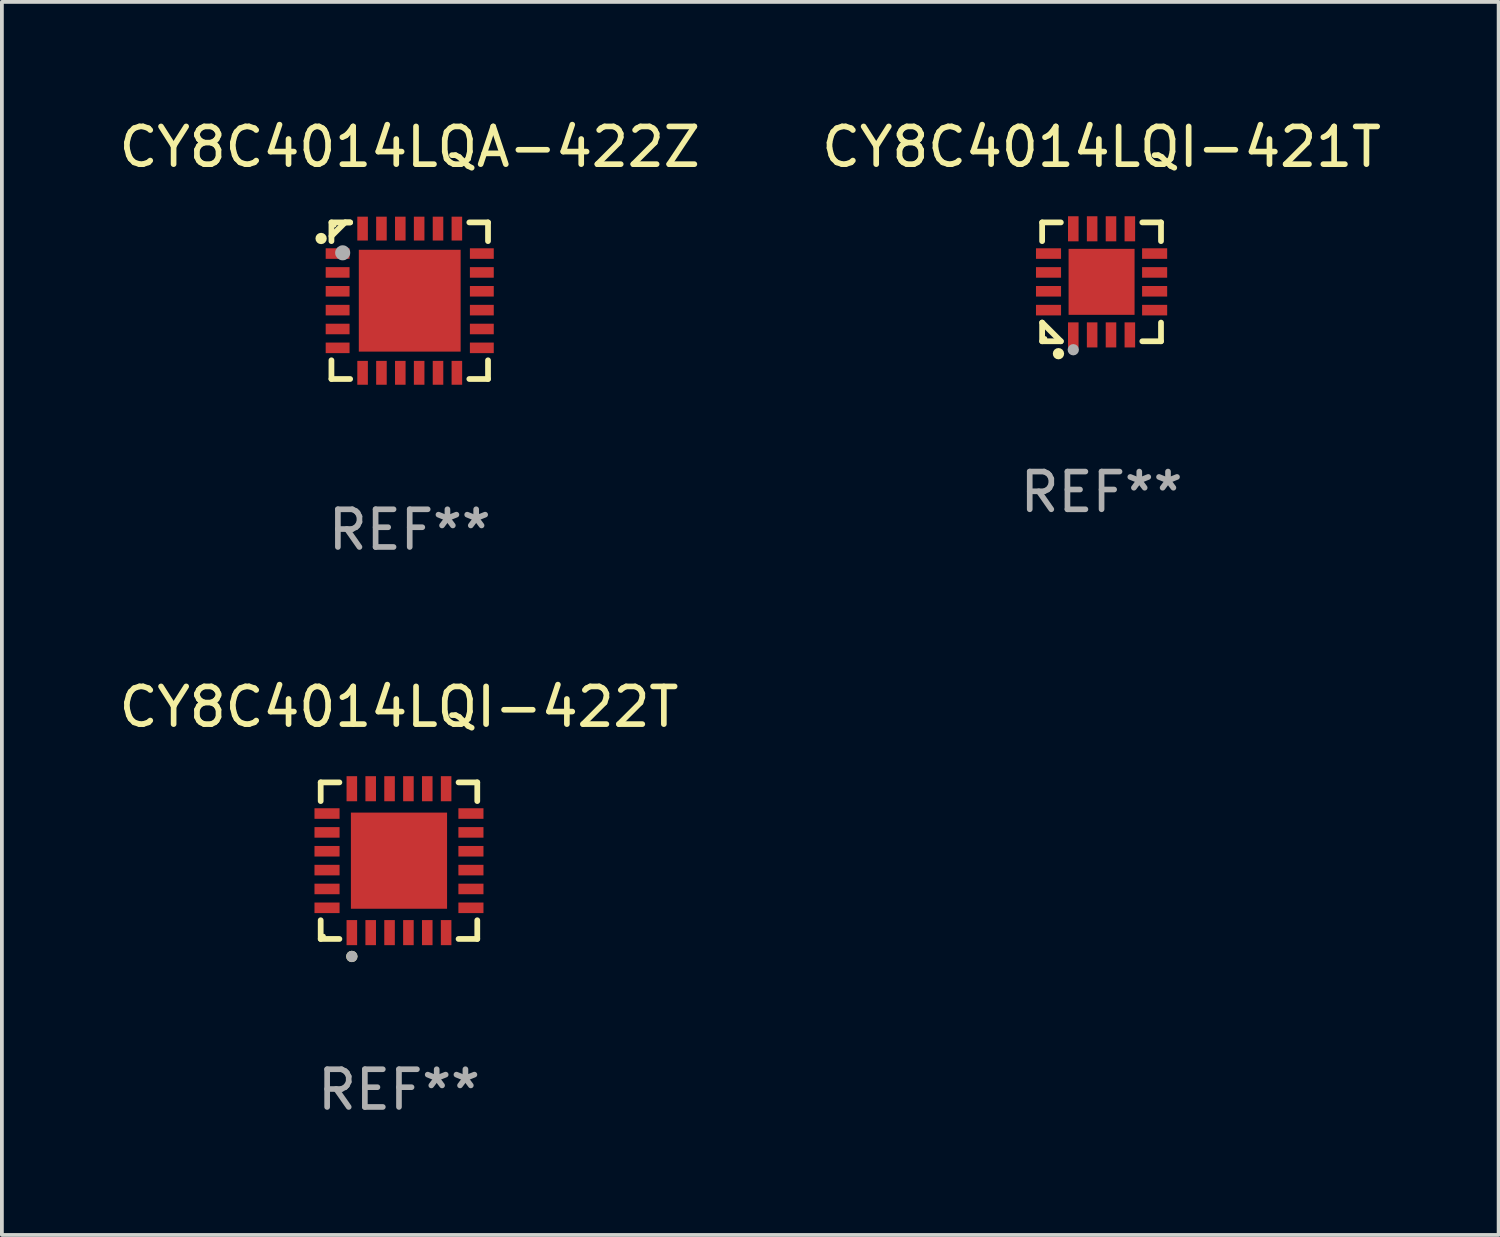
<source format=kicad_pcb>
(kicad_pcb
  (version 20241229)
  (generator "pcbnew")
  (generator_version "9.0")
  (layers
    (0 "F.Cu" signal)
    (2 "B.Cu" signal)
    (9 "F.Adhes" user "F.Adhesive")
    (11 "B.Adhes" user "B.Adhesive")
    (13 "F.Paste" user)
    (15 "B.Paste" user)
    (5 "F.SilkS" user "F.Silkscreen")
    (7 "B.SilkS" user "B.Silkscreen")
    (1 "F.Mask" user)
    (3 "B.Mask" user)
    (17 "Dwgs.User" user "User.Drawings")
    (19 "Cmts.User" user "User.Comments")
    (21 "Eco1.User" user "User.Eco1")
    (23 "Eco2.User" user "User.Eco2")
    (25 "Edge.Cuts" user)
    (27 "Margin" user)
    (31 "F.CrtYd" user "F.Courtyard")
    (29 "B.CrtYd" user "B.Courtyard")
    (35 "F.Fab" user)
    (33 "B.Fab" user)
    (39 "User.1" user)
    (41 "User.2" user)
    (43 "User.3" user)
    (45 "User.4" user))
  (footprint "CY8C4014LQI-421T"
    (layer "F.Cu")
    (at 26.161 4.424)
    (property "Reference" "CY8C4014LQI-421T" (at 0 -3.576 0) (layer "F.SilkS") (effects (font (size 1 1) (thickness 0.15))))
    (attr through_hole)
    (fp_line (start -1.576 -1.576) (end -1.08 -1.576) (stroke (width 0.152) (type solid)) (layer "F.SilkS"))
    (fp_line (start -1.576 -1.08) (end -1.576 -1.576) (stroke (width 0.152) (type solid)) (layer "F.SilkS"))
    (fp_line (start -1.576 1.08) (end -1.576 1.576) (stroke (width 0.152) (type solid)) (layer "F.SilkS"))
    (fp_line (start -1.576 1.576) (end -1.08 1.576) (stroke (width 0.152) (type solid)) (layer "F.SilkS"))
    (fp_line (start -1.08 1.576) (end -1.576 1.08) (stroke (width 0.152) (type solid)) (layer "F.SilkS"))
    (fp_line (start 1.576 -1.576) (end 1.08 -1.576) (stroke (width 0.152) (type solid)) (layer "F.SilkS"))
    (fp_line (start 1.576 -1.08) (end 1.576 -1.576) (stroke (width 0.152) (type solid)) (layer "F.SilkS"))
    (fp_line (start 1.576 1.08) (end 1.576 1.576) (stroke (width 0.152) (type solid)) (layer "F.SilkS"))
    (fp_line (start 1.576 1.576) (end 1.08 1.576) (stroke (width 0.152) (type solid)) (layer "F.SilkS"))
    (fp_circle (center -1.5 1.5) (end -1.47 1.5) (stroke (width 0.06) (type solid)) (fill no) (layer "F.SilkS"))
    (fp_circle (center -1.143 1.905) (end -1.068 1.905) (stroke (width 0.15) (type solid)) (fill no) (layer "F.SilkS"))
    (fp_circle (center -0.75 1.8) (end -0.675 1.8) (stroke (width 0.15) (type solid)) (fill no) (layer "F.Fab"))
    (fp_text user "REF**" (at 0 5.576 0) (layer "F.Fab") (effects (font (size 1 1) (thickness 0.15))))
    (pad "1" smd rect (at -0.75 1.407) (size 0.28 0.665) (layers "F.Cu" "F.Mask" "F.Paste"))
    (pad "2" smd rect (at -0.25 1.407) (size 0.28 0.665) (layers "F.Cu" "F.Mask" "F.Paste"))
    (pad "3" smd rect (at 0.25 1.407) (size 0.28 0.665) (layers "F.Cu" "F.Mask" "F.Paste"))
    (pad "4" smd rect (at 0.75 1.407) (size 0.28 0.665) (layers "F.Cu" "F.Mask" "F.Paste"))
    (pad "5" smd rect (at 1.407 0.75) (size 0.665 0.28) (layers "F.Cu" "F.Mask" "F.Paste"))
    (pad "6" smd rect (at 1.407 0.25) (size 0.665 0.28) (layers "F.Cu" "F.Mask" "F.Paste"))
    (pad "7" smd rect (at 1.407 -0.25) (size 0.665 0.28) (layers "F.Cu" "F.Mask" "F.Paste"))
    (pad "8" smd rect (at 1.407 -0.75) (size 0.665 0.28) (layers "F.Cu" "F.Mask" "F.Paste"))
    (pad "9" smd rect (at 0.75 -1.407) (size 0.28 0.665) (layers "F.Cu" "F.Mask" "F.Paste"))
    (pad "10" smd rect (at 0.25 -1.407) (size 0.28 0.665) (layers "F.Cu" "F.Mask" "F.Paste"))
    (pad "11" smd rect (at -0.25 -1.407) (size 0.28 0.665) (layers "F.Cu" "F.Mask" "F.Paste"))
    (pad "12" smd rect (at -0.75 -1.407) (size 0.28 0.665) (layers "F.Cu" "F.Mask" "F.Paste"))
    (pad "13" smd rect (at -1.407 -0.75) (size 0.665 0.28) (layers "F.Cu" "F.Mask" "F.Paste"))
    (pad "14" smd rect (at -1.407 -0.25) (size 0.665 0.28) (layers "F.Cu" "F.Mask" "F.Paste"))
    (pad "15" smd rect (at -1.407 0.25) (size 0.665 0.28) (layers "F.Cu" "F.Mask" "F.Paste"))
    (pad "16" smd rect (at -1.407 0.75) (size 0.665 0.28) (layers "F.Cu" "F.Mask" "F.Paste"))
    (pad "17" smd rect (at 0 0) (size 1.75 1.75) (layers "F.Cu" "F.Mask" "F.Paste")))
  (footprint "CY8C4014LQA-422Z"
    (layer "F.Cu")
    (at 7.815 4.924)
    (property "Reference" "CY8C4014LQA-422Z" (at 0 -4.076 0) (layer "F.SilkS") (effects (font (size 1 1) (thickness 0.15))))
    (attr through_hole)
    (fp_line (start -2.076 -2.076) (end -2.076 -1.58) (stroke (width 0.152) (type solid)) (layer "F.SilkS"))
    (fp_line (start -2.076 2.076) (end -2.076 1.58) (stroke (width 0.152) (type solid)) (layer "F.SilkS"))
    (fp_line (start -1.713 -2.076) (end -2.076 -1.713) (stroke (width 0.152) (type solid)) (layer "F.SilkS"))
    (fp_line (start -1.58 -2.076) (end -2.076 -2.076) (stroke (width 0.152) (type solid)) (layer "F.SilkS"))
    (fp_line (start -1.58 -2.076) (end -1.713 -2.076) (stroke (width 0.152) (type solid)) (layer "F.SilkS"))
    (fp_line (start -1.58 2.076) (end -2.076 2.076) (stroke (width 0.152) (type solid)) (layer "F.SilkS"))
    (fp_line (start 1.58 -2.076) (end 2.076 -2.076) (stroke (width 0.152) (type solid)) (layer "F.SilkS"))
    (fp_line (start 1.58 2.076) (end 2.076 2.076) (stroke (width 0.152) (type solid)) (layer "F.SilkS"))
    (fp_line (start 2.076 -2.076) (end 2.076 -1.58) (stroke (width 0.152) (type solid)) (layer "F.SilkS"))
    (fp_line (start 2.076 2.076) (end 2.076 1.58) (stroke (width 0.152) (type solid)) (layer "F.SilkS"))
    (fp_circle (center -2.35 -1.65) (end -2.275 -1.65) (stroke (width 0.15) (type solid)) (fill no) (layer "F.SilkS"))
    (fp_circle (center -2 -2) (end -1.97 -2) (stroke (width 0.06) (type solid)) (fill no) (layer "F.SilkS"))
    (fp_circle (center -1.778 -1.27) (end -1.678 -1.27) (stroke (width 0.2) (type solid)) (fill no) (layer "F.Fab"))
    (fp_text user "REF**" (at 0 6.076 0) (layer "F.Fab") (effects (font (size 1 1) (thickness 0.15))))
    (pad "1" smd rect (at -1.912 -1.25) (size 0.633 0.28) (layers "F.Cu" "F.Mask" "F.Paste"))
    (pad "2" smd rect (at -1.912 -0.75) (size 0.633 0.28) (layers "F.Cu" "F.Mask" "F.Paste"))
    (pad "3" smd rect (at -1.912 -0.25) (size 0.633 0.28) (layers "F.Cu" "F.Mask" "F.Paste"))
    (pad "4" smd rect (at -1.912 0.25) (size 0.633 0.28) (layers "F.Cu" "F.Mask" "F.Paste"))
    (pad "5" smd rect (at -1.912 0.75) (size 0.633 0.28) (layers "F.Cu" "F.Mask" "F.Paste"))
    (pad "6" smd rect (at -1.912 1.25) (size 0.633 0.28) (layers "F.Cu" "F.Mask" "F.Paste"))
    (pad "7" smd rect (at -1.25 1.912) (size 0.28 0.633) (layers "F.Cu" "F.Mask" "F.Paste"))
    (pad "8" smd rect (at -0.75 1.912) (size 0.28 0.633) (layers "F.Cu" "F.Mask" "F.Paste"))
    (pad "9" smd rect (at -0.25 1.912) (size 0.28 0.633) (layers "F.Cu" "F.Mask" "F.Paste"))
    (pad "10" smd rect (at 0.25 1.912) (size 0.28 0.633) (layers "F.Cu" "F.Mask" "F.Paste"))
    (pad "11" smd rect (at 0.75 1.912) (size 0.28 0.633) (layers "F.Cu" "F.Mask" "F.Paste"))
    (pad "12" smd rect (at 1.25 1.912) (size 0.28 0.633) (layers "F.Cu" "F.Mask" "F.Paste"))
    (pad "13" smd rect (at 1.912 1.25) (size 0.633 0.28) (layers "F.Cu" "F.Mask" "F.Paste"))
    (pad "14" smd rect (at 1.912 0.75) (size 0.633 0.28) (layers "F.Cu" "F.Mask" "F.Paste"))
    (pad "15" smd rect (at 1.912 0.25) (size 0.633 0.28) (layers "F.Cu" "F.Mask" "F.Paste"))
    (pad "16" smd rect (at 1.912 -0.25) (size 0.633 0.28) (layers "F.Cu" "F.Mask" "F.Paste"))
    (pad "17" smd rect (at 1.912 -0.75) (size 0.633 0.28) (layers "F.Cu" "F.Mask" "F.Paste"))
    (pad "18" smd rect (at 1.912 -1.25) (size 0.633 0.28) (layers "F.Cu" "F.Mask" "F.Paste"))
    (pad "19" smd rect (at 1.25 -1.912) (size 0.28 0.633) (layers "F.Cu" "F.Mask" "F.Paste"))
    (pad "20" smd rect (at 0.75 -1.912) (size 0.28 0.633) (layers "F.Cu" "F.Mask" "F.Paste"))
    (pad "21" smd rect (at 0.25 -1.912) (size 0.28 0.633) (layers "F.Cu" "F.Mask" "F.Paste"))
    (pad "22" smd rect (at -0.25 -1.912) (size 0.28 0.633) (layers "F.Cu" "F.Mask" "F.Paste"))
    (pad "23" smd rect (at -0.75 -1.912) (size 0.28 0.633) (layers "F.Cu" "F.Mask" "F.Paste"))
    (pad "24" smd rect (at -1.25 -1.912) (size 0.28 0.633) (layers "F.Cu" "F.Mask" "F.Paste"))
    (pad "25" smd rect (at 0 0) (size 2.7 2.7) (layers "F.Cu" "F.Mask" "F.Paste")))
  (footprint "CY8C4014LQI-422T"
    (layer "F.Cu")
    (at 7.53 19.773)
    (property "Reference" "CY8C4014LQI-422T" (at 0 -4.076 0) (layer "F.SilkS") (effects (font (size 1 1) (thickness 0.15))))
    (attr through_hole)
    (fp_line (start -2.076 -2.076) (end -1.58 -2.076) (stroke (width 0.152) (type solid)) (layer "F.SilkS"))
    (fp_line (start -2.076 -1.58) (end -2.076 -2.076) (stroke (width 0.152) (type solid)) (layer "F.SilkS"))
    (fp_line (start -2.076 1.58) (end -2.076 2.076) (stroke (width 0.152) (type solid)) (layer "F.SilkS"))
    (fp_line (start -2.076 2.076) (end -1.58 2.076) (stroke (width 0.152) (type solid)) (layer "F.SilkS"))
    (fp_line (start 2.076 -2.076) (end 1.58 -2.076) (stroke (width 0.152) (type solid)) (layer "F.SilkS"))
    (fp_line (start 2.076 -1.58) (end 2.076 -2.076) (stroke (width 0.152) (type solid)) (layer "F.SilkS"))
    (fp_line (start 2.076 1.58) (end 2.076 2.076) (stroke (width 0.152) (type solid)) (layer "F.SilkS"))
    (fp_line (start 2.076 2.076) (end 1.58 2.076) (stroke (width 0.152) (type solid)) (layer "F.SilkS"))
    (fp_circle (center -2 2) (end -1.97 2) (stroke (width 0.06) (type solid)) (fill no) (layer "F.SilkS"))
    (fp_circle (center -1.25 2.54) (end -1.175 2.54) (stroke (width 0.15) (type solid)) (fill no) (layer "F.SilkS"))
    (fp_circle (center -1.25 2.54) (end -1.175 2.54) (stroke (width 0.15) (type solid)) (fill no) (layer "F.Fab"))
    (fp_text user "REF**" (at 0 6.076 0) (layer "F.Fab") (effects (font (size 1 1) (thickness 0.15))))
    (pad "1" smd rect (at -1.25 1.908) (size 0.28 0.665) (layers "F.Cu" "F.Mask" "F.Paste"))
    (pad "2" smd rect (at -0.75 1.908) (size 0.28 0.665) (layers "F.Cu" "F.Mask" "F.Paste"))
    (pad "3" smd rect (at -0.25 1.908) (size 0.28 0.665) (layers "F.Cu" "F.Mask" "F.Paste"))
    (pad "4" smd rect (at 0.25 1.908) (size 0.28 0.665) (layers "F.Cu" "F.Mask" "F.Paste"))
    (pad "5" smd rect (at 0.75 1.908) (size 0.28 0.665) (layers "F.Cu" "F.Mask" "F.Paste"))
    (pad "6" smd rect (at 1.25 1.908) (size 0.28 0.665) (layers "F.Cu" "F.Mask" "F.Paste"))
    (pad "7" smd rect (at 1.908 1.25) (size 0.665 0.28) (layers "F.Cu" "F.Mask" "F.Paste"))
    (pad "8" smd rect (at 1.908 0.75) (size 0.665 0.28) (layers "F.Cu" "F.Mask" "F.Paste"))
    (pad "9" smd rect (at 1.908 0.25) (size 0.665 0.28) (layers "F.Cu" "F.Mask" "F.Paste"))
    (pad "10" smd rect (at 1.908 -0.25) (size 0.665 0.28) (layers "F.Cu" "F.Mask" "F.Paste"))
    (pad "11" smd rect (at 1.908 -0.75) (size 0.665 0.28) (layers "F.Cu" "F.Mask" "F.Paste"))
    (pad "12" smd rect (at 1.908 -1.25) (size 0.665 0.28) (layers "F.Cu" "F.Mask" "F.Paste"))
    (pad "13" smd rect (at 1.25 -1.908) (size 0.28 0.665) (layers "F.Cu" "F.Mask" "F.Paste"))
    (pad "14" smd rect (at 0.75 -1.908) (size 0.28 0.665) (layers "F.Cu" "F.Mask" "F.Paste"))
    (pad "15" smd rect (at 0.25 -1.908) (size 0.28 0.665) (layers "F.Cu" "F.Mask" "F.Paste"))
    (pad "16" smd rect (at -0.25 -1.908) (size 0.28 0.665) (layers "F.Cu" "F.Mask" "F.Paste"))
    (pad "17" smd rect (at -0.75 -1.908) (size 0.28 0.665) (layers "F.Cu" "F.Mask" "F.Paste"))
    (pad "18" smd rect (at -1.25 -1.908) (size 0.28 0.665) (layers "F.Cu" "F.Mask" "F.Paste"))
    (pad "19" smd rect (at -1.908 -1.25) (size 0.665 0.28) (layers "F.Cu" "F.Mask" "F.Paste"))
    (pad "20" smd rect (at -1.908 -0.75) (size 0.665 0.28) (layers "F.Cu" "F.Mask" "F.Paste"))
    (pad "21" smd rect (at -1.908 -0.25) (size 0.665 0.28) (layers "F.Cu" "F.Mask" "F.Paste"))
    (pad "22" smd rect (at -1.908 0.25) (size 0.665 0.28) (layers "F.Cu" "F.Mask" "F.Paste"))
    (pad "23" smd rect (at -1.908 0.75) (size 0.665 0.28) (layers "F.Cu" "F.Mask" "F.Paste"))
    (pad "24" smd rect (at -1.908 1.25) (size 0.665 0.28) (layers "F.Cu" "F.Mask" "F.Paste"))
    (pad "25" smd rect (at 0 0) (size 2.55 2.55) (layers "F.Cu" "F.Mask" "F.Paste")))
  (gr_rect
    (start -3 -3)
    (end 36.69 29.698)
    (stroke (width 0.1) (type default))
    (fill no)
    (layer "Edge.Cuts")))
</source>
